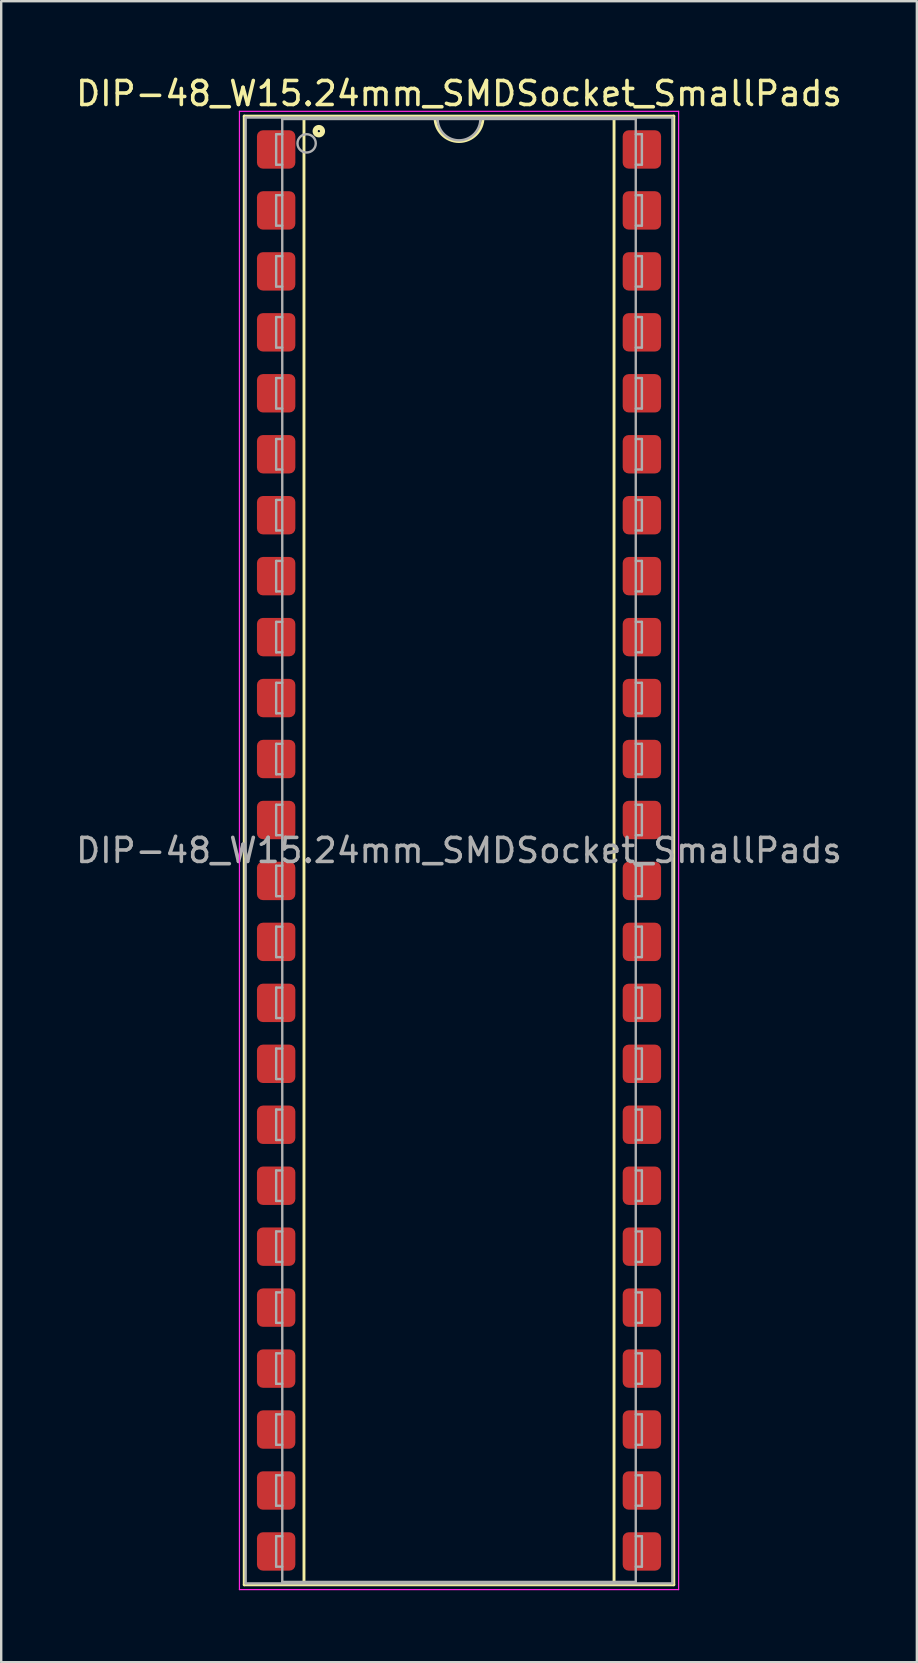
<source format=kicad_pcb>
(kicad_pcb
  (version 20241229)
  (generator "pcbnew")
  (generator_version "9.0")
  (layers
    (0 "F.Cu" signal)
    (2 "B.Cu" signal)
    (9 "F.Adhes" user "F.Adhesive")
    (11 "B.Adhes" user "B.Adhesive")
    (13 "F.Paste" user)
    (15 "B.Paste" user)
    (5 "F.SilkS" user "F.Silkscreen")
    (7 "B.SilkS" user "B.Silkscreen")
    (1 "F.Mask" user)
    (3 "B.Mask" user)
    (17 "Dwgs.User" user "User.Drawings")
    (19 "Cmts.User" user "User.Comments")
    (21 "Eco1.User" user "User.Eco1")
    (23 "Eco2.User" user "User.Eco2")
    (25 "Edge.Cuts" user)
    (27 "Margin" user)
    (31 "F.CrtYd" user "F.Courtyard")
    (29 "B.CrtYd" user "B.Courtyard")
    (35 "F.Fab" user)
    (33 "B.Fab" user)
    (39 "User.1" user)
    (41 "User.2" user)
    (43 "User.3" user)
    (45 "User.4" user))
  (footprint "DIP-48_W15.24mm_SMDSocket_SmallPads"
    (layer "F.Cu")
    (at 16.077 32.388)
    (property "Reference" "DIP-48_W15.24mm_SMDSocket_SmallPads" (at 0 -31.54 0) (layer "F.SilkS") (effects (font (size 1 1) (thickness 0.15))))
    (attr smd)
    (fp_line (start -8.95 -30.6) (end -8.95 30.6) (stroke (width 0.12) (type solid)) (layer "F.SilkS"))
    (fp_line (start -8.95 30.6) (end 8.95 30.6) (stroke (width 0.12) (type solid)) (layer "F.SilkS"))
    (fp_line (start -6.46 -30.54) (end -6.46 30.54) (stroke (width 0.12) (type solid)) (layer "F.SilkS"))
    (fp_line (start -6.46 30.54) (end 6.46 30.54) (stroke (width 0.12) (type solid)) (layer "F.SilkS"))
    (fp_line (start -1 -30.54) (end -6.46 -30.54) (stroke (width 0.12) (type solid)) (layer "F.SilkS"))
    (fp_line (start 6.46 -30.54) (end 1 -30.54) (stroke (width 0.12) (type solid)) (layer "F.SilkS"))
    (fp_line (start 6.46 30.54) (end 6.46 -30.54) (stroke (width 0.12) (type solid)) (layer "F.SilkS"))
    (fp_line (start 8.95 -30.6) (end -8.95 -30.6) (stroke (width 0.12) (type solid)) (layer "F.SilkS"))
    (fp_line (start 8.95 30.6) (end 8.95 -30.6) (stroke (width 0.12) (type solid)) (layer "F.SilkS"))
    (fp_arc (start 1 -30.54) (mid 0 -29.54) (end -1 -30.54) (stroke (width 0.12) (type solid)) (layer "F.SilkS"))
    (fp_circle (center -5.842 -29.972) (end -5.792 -29.972) (stroke (width 0.12) (type solid)) (fill no) (layer "F.SilkS"))
    (fp_circle (center -5.842 -29.972) (end -5.717 -29.972) (stroke (width 0.12) (type solid)) (fill no) (layer "F.SilkS"))
    (fp_circle (center -5.842 -29.972) (end -5.642 -29.972) (stroke (width 0.12) (type solid)) (fill no) (layer "F.SilkS"))
    (fp_line (start -9.15 -30.8) (end -9.15 30.8) (stroke (width 0.05) (type solid)) (layer "F.CrtYd"))
    (fp_line (start -9.15 30.8) (end 9.15 30.8) (stroke (width 0.05) (type solid)) (layer "F.CrtYd"))
    (fp_line (start 9.15 -30.8) (end -9.15 -30.8) (stroke (width 0.05) (type solid)) (layer "F.CrtYd"))
    (fp_line (start 9.15 30.8) (end 9.15 -30.8) (stroke (width 0.05) (type solid)) (layer "F.CrtYd"))
    (fp_line (start -8.89 -30.54) (end -8.89 30.54) (stroke (width 0.1) (type solid)) (layer "F.Fab"))
    (fp_line (start -8.89 30.54) (end 8.89 30.54) (stroke (width 0.1) (type solid)) (layer "F.Fab"))
    (fp_line (start -7.62 -29.845) (end -7.62 -28.575) (stroke (width 0.1) (type solid)) (layer "F.Fab"))
    (fp_line (start -7.62 -29.845) (end -7.366 -29.845) (stroke (width 0.1) (type solid)) (layer "F.Fab"))
    (fp_line (start -7.62 -28.575) (end -7.366 -28.575) (stroke (width 0.1) (type solid)) (layer "F.Fab"))
    (fp_line (start -7.62 -27.305) (end -7.62 -26.035) (stroke (width 0.1) (type solid)) (layer "F.Fab"))
    (fp_line (start -7.62 -27.305) (end -7.366 -27.305) (stroke (width 0.1) (type solid)) (layer "F.Fab"))
    (fp_line (start -7.62 -26.035) (end -7.366 -26.035) (stroke (width 0.1) (type solid)) (layer "F.Fab"))
    (fp_line (start -7.62 -24.765) (end -7.62 -23.495) (stroke (width 0.1) (type solid)) (layer "F.Fab"))
    (fp_line (start -7.62 -24.765) (end -7.366 -24.765) (stroke (width 0.1) (type solid)) (layer "F.Fab"))
    (fp_line (start -7.62 -23.495) (end -7.366 -23.495) (stroke (width 0.1) (type solid)) (layer "F.Fab"))
    (fp_line (start -7.62 -22.225) (end -7.62 -20.955) (stroke (width 0.1) (type solid)) (layer "F.Fab"))
    (fp_line (start -7.62 -22.225) (end -7.366 -22.225) (stroke (width 0.1) (type solid)) (layer "F.Fab"))
    (fp_line (start -7.62 -20.955) (end -7.366 -20.955) (stroke (width 0.1) (type solid)) (layer "F.Fab"))
    (fp_line (start -7.62 -19.685) (end -7.62 -18.415) (stroke (width 0.1) (type solid)) (layer "F.Fab"))
    (fp_line (start -7.62 -19.685) (end -7.366 -19.685) (stroke (width 0.1) (type solid)) (layer "F.Fab"))
    (fp_line (start -7.62 -18.415) (end -7.366 -18.415) (stroke (width 0.1) (type solid)) (layer "F.Fab"))
    (fp_line (start -7.62 -17.145) (end -7.62 -15.875) (stroke (width 0.1) (type solid)) (layer "F.Fab"))
    (fp_line (start -7.62 -17.145) (end -7.366 -17.145) (stroke (width 0.1) (type solid)) (layer "F.Fab"))
    (fp_line (start -7.62 -15.875) (end -7.366 -15.875) (stroke (width 0.1) (type solid)) (layer "F.Fab"))
    (fp_line (start -7.62 -14.605) (end -7.62 -13.335) (stroke (width 0.1) (type solid)) (layer "F.Fab"))
    (fp_line (start -7.62 -14.605) (end -7.366 -14.605) (stroke (width 0.1) (type solid)) (layer "F.Fab"))
    (fp_line (start -7.62 -13.335) (end -7.366 -13.335) (stroke (width 0.1) (type solid)) (layer "F.Fab"))
    (fp_line (start -7.62 -12.065) (end -7.62 -10.795) (stroke (width 0.1) (type solid)) (layer "F.Fab"))
    (fp_line (start -7.62 -12.065) (end -7.366 -12.065) (stroke (width 0.1) (type solid)) (layer "F.Fab"))
    (fp_line (start -7.62 -10.795) (end -7.366 -10.795) (stroke (width 0.1) (type solid)) (layer "F.Fab"))
    (fp_line (start -7.62 -9.525) (end -7.62 -8.255) (stroke (width 0.1) (type solid)) (layer "F.Fab"))
    (fp_line (start -7.62 -9.525) (end -7.366 -9.525) (stroke (width 0.1) (type solid)) (layer "F.Fab"))
    (fp_line (start -7.62 -8.255) (end -7.366 -8.255) (stroke (width 0.1) (type solid)) (layer "F.Fab"))
    (fp_line (start -7.62 -6.985) (end -7.62 -5.715) (stroke (width 0.1) (type solid)) (layer "F.Fab"))
    (fp_line (start -7.62 -6.985) (end -7.366 -6.985) (stroke (width 0.1) (type solid)) (layer "F.Fab"))
    (fp_line (start -7.62 -5.715) (end -7.366 -5.715) (stroke (width 0.1) (type solid)) (layer "F.Fab"))
    (fp_line (start -7.62 -4.445) (end -7.62 -3.175) (stroke (width 0.1) (type solid)) (layer "F.Fab"))
    (fp_line (start -7.62 -4.445) (end -7.366 -4.445) (stroke (width 0.1) (type solid)) (layer "F.Fab"))
    (fp_line (start -7.62 -3.175) (end -7.366 -3.175) (stroke (width 0.1) (type solid)) (layer "F.Fab"))
    (fp_line (start -7.62 -1.905) (end -7.62 -0.635) (stroke (width 0.1) (type solid)) (layer "F.Fab"))
    (fp_line (start -7.62 -1.905) (end -7.366 -1.905) (stroke (width 0.1) (type solid)) (layer "F.Fab"))
    (fp_line (start -7.62 -0.635) (end -7.366 -0.635) (stroke (width 0.1) (type solid)) (layer "F.Fab"))
    (fp_line (start -7.62 0.635) (end -7.62 1.905) (stroke (width 0.1) (type solid)) (layer "F.Fab"))
    (fp_line (start -7.62 0.635) (end -7.366 0.635) (stroke (width 0.1) (type solid)) (layer "F.Fab"))
    (fp_line (start -7.62 1.905) (end -7.366 1.905) (stroke (width 0.1) (type solid)) (layer "F.Fab"))
    (fp_line (start -7.62 3.175) (end -7.62 4.445) (stroke (width 0.1) (type solid)) (layer "F.Fab"))
    (fp_line (start -7.62 3.175) (end -7.366 3.175) (stroke (width 0.1) (type solid)) (layer "F.Fab"))
    (fp_line (start -7.62 4.445) (end -7.366 4.445) (stroke (width 0.1) (type solid)) (layer "F.Fab"))
    (fp_line (start -7.62 5.715) (end -7.62 6.985) (stroke (width 0.1) (type solid)) (layer "F.Fab"))
    (fp_line (start -7.62 5.715) (end -7.366 5.715) (stroke (width 0.1) (type solid)) (layer "F.Fab"))
    (fp_line (start -7.62 6.985) (end -7.366 6.985) (stroke (width 0.1) (type solid)) (layer "F.Fab"))
    (fp_line (start -7.62 8.255) (end -7.62 9.525) (stroke (width 0.1) (type solid)) (layer "F.Fab"))
    (fp_line (start -7.62 8.255) (end -7.366 8.255) (stroke (width 0.1) (type solid)) (layer "F.Fab"))
    (fp_line (start -7.62 9.525) (end -7.366 9.525) (stroke (width 0.1) (type solid)) (layer "F.Fab"))
    (fp_line (start -7.62 10.795) (end -7.62 12.065) (stroke (width 0.1) (type solid)) (layer "F.Fab"))
    (fp_line (start -7.62 10.795) (end -7.366 10.795) (stroke (width 0.1) (type solid)) (layer "F.Fab"))
    (fp_line (start -7.62 12.065) (end -7.366 12.065) (stroke (width 0.1) (type solid)) (layer "F.Fab"))
    (fp_line (start -7.62 13.335) (end -7.62 14.605) (stroke (width 0.1) (type solid)) (layer "F.Fab"))
    (fp_line (start -7.62 13.335) (end -7.366 13.335) (stroke (width 0.1) (type solid)) (layer "F.Fab"))
    (fp_line (start -7.62 14.605) (end -7.366 14.605) (stroke (width 0.1) (type solid)) (layer "F.Fab"))
    (fp_line (start -7.62 15.875) (end -7.62 17.145) (stroke (width 0.1) (type solid)) (layer "F.Fab"))
    (fp_line (start -7.62 15.875) (end -7.366 15.875) (stroke (width 0.1) (type solid)) (layer "F.Fab"))
    (fp_line (start -7.62 17.145) (end -7.366 17.145) (stroke (width 0.1) (type solid)) (layer "F.Fab"))
    (fp_line (start -7.62 18.415) (end -7.62 19.685) (stroke (width 0.1) (type solid)) (layer "F.Fab"))
    (fp_line (start -7.62 18.415) (end -7.366 18.415) (stroke (width 0.1) (type solid)) (layer "F.Fab"))
    (fp_line (start -7.62 19.685) (end -7.366 19.685) (stroke (width 0.1) (type solid)) (layer "F.Fab"))
    (fp_line (start -7.62 20.955) (end -7.62 22.225) (stroke (width 0.1) (type solid)) (layer "F.Fab"))
    (fp_line (start -7.62 20.955) (end -7.366 20.955) (stroke (width 0.1) (type solid)) (layer "F.Fab"))
    (fp_line (start -7.62 22.225) (end -7.366 22.225) (stroke (width 0.1) (type solid)) (layer "F.Fab"))
    (fp_line (start -7.62 23.495) (end -7.62 24.765) (stroke (width 0.1) (type solid)) (layer "F.Fab"))
    (fp_line (start -7.62 23.495) (end -7.366 23.495) (stroke (width 0.1) (type solid)) (layer "F.Fab"))
    (fp_line (start -7.62 24.765) (end -7.366 24.765) (stroke (width 0.1) (type solid)) (layer "F.Fab"))
    (fp_line (start -7.62 26.035) (end -7.62 27.305) (stroke (width 0.1) (type solid)) (layer "F.Fab"))
    (fp_line (start -7.62 26.035) (end -7.366 26.035) (stroke (width 0.1) (type solid)) (layer "F.Fab"))
    (fp_line (start -7.62 27.305) (end -7.366 27.305) (stroke (width 0.1) (type solid)) (layer "F.Fab"))
    (fp_line (start -7.62 28.575) (end -7.62 29.845) (stroke (width 0.1) (type solid)) (layer "F.Fab"))
    (fp_line (start -7.62 28.575) (end -7.366 28.575) (stroke (width 0.1) (type solid)) (layer "F.Fab"))
    (fp_line (start -7.62 29.845) (end -7.366 29.845) (stroke (width 0.1) (type solid)) (layer "F.Fab"))
    (fp_line (start -7.366 -30.48) (end 7.365 -30.48) (stroke (width 0.1) (type solid)) (layer "F.Fab"))
    (fp_line (start -7.365 30.48) (end -7.366 -30.48) (stroke (width 0.1) (type solid)) (layer "F.Fab"))
    (fp_line (start 7.365 -30.48) (end 7.365 30.48) (stroke (width 0.1) (type solid)) (layer "F.Fab"))
    (fp_line (start 7.365 30.48) (end -7.365 30.48) (stroke (width 0.1) (type solid)) (layer "F.Fab"))
    (fp_line (start 7.62 -29.845) (end 7.366 -29.845) (stroke (width 0.1) (type solid)) (layer "F.Fab"))
    (fp_line (start 7.62 -28.575) (end 7.366 -28.575) (stroke (width 0.1) (type solid)) (layer "F.Fab"))
    (fp_line (start 7.62 -28.575) (end 7.62 -29.845) (stroke (width 0.1) (type solid)) (layer "F.Fab"))
    (fp_line (start 7.62 -27.305) (end 7.366 -27.305) (stroke (width 0.1) (type solid)) (layer "F.Fab"))
    (fp_line (start 7.62 -26.035) (end 7.366 -26.035) (stroke (width 0.1) (type solid)) (layer "F.Fab"))
    (fp_line (start 7.62 -26.035) (end 7.62 -27.305) (stroke (width 0.1) (type solid)) (layer "F.Fab"))
    (fp_line (start 7.62 -24.765) (end 7.366 -24.765) (stroke (width 0.1) (type solid)) (layer "F.Fab"))
    (fp_line (start 7.62 -23.495) (end 7.366 -23.495) (stroke (width 0.1) (type solid)) (layer "F.Fab"))
    (fp_line (start 7.62 -23.495) (end 7.62 -24.765) (stroke (width 0.1) (type solid)) (layer "F.Fab"))
    (fp_line (start 7.62 -22.225) (end 7.366 -22.225) (stroke (width 0.1) (type solid)) (layer "F.Fab"))
    (fp_line (start 7.62 -20.955) (end 7.366 -20.955) (stroke (width 0.1) (type solid)) (layer "F.Fab"))
    (fp_line (start 7.62 -20.955) (end 7.62 -22.225) (stroke (width 0.1) (type solid)) (layer "F.Fab"))
    (fp_line (start 7.62 -19.685) (end 7.366 -19.685) (stroke (width 0.1) (type solid)) (layer "F.Fab"))
    (fp_line (start 7.62 -18.415) (end 7.366 -18.415) (stroke (width 0.1) (type solid)) (layer "F.Fab"))
    (fp_line (start 7.62 -18.415) (end 7.62 -19.685) (stroke (width 0.1) (type solid)) (layer "F.Fab"))
    (fp_line (start 7.62 -17.145) (end 7.366 -17.145) (stroke (width 0.1) (type solid)) (layer "F.Fab"))
    (fp_line (start 7.62 -15.875) (end 7.366 -15.875) (stroke (width 0.1) (type solid)) (layer "F.Fab"))
    (fp_line (start 7.62 -15.875) (end 7.62 -17.145) (stroke (width 0.1) (type solid)) (layer "F.Fab"))
    (fp_line (start 7.62 -14.605) (end 7.366 -14.605) (stroke (width 0.1) (type solid)) (layer "F.Fab"))
    (fp_line (start 7.62 -13.335) (end 7.366 -13.335) (stroke (width 0.1) (type solid)) (layer "F.Fab"))
    (fp_line (start 7.62 -13.335) (end 7.62 -14.605) (stroke (width 0.1) (type solid)) (layer "F.Fab"))
    (fp_line (start 7.62 -12.065) (end 7.366 -12.065) (stroke (width 0.1) (type solid)) (layer "F.Fab"))
    (fp_line (start 7.62 -10.795) (end 7.366 -10.795) (stroke (width 0.1) (type solid)) (layer "F.Fab"))
    (fp_line (start 7.62 -10.795) (end 7.62 -12.065) (stroke (width 0.1) (type solid)) (layer "F.Fab"))
    (fp_line (start 7.62 -9.525) (end 7.366 -9.525) (stroke (width 0.1) (type solid)) (layer "F.Fab"))
    (fp_line (start 7.62 -8.255) (end 7.366 -8.255) (stroke (width 0.1) (type solid)) (layer "F.Fab"))
    (fp_line (start 7.62 -8.255) (end 7.62 -9.525) (stroke (width 0.1) (type solid)) (layer "F.Fab"))
    (fp_line (start 7.62 -6.985) (end 7.366 -6.985) (stroke (width 0.1) (type solid)) (layer "F.Fab"))
    (fp_line (start 7.62 -5.715) (end 7.366 -5.715) (stroke (width 0.1) (type solid)) (layer "F.Fab"))
    (fp_line (start 7.62 -5.715) (end 7.62 -6.985) (stroke (width 0.1) (type solid)) (layer "F.Fab"))
    (fp_line (start 7.62 -4.445) (end 7.366 -4.445) (stroke (width 0.1) (type solid)) (layer "F.Fab"))
    (fp_line (start 7.62 -3.175) (end 7.366 -3.175) (stroke (width 0.1) (type solid)) (layer "F.Fab"))
    (fp_line (start 7.62 -3.175) (end 7.62 -4.445) (stroke (width 0.1) (type solid)) (layer "F.Fab"))
    (fp_line (start 7.62 -1.905) (end 7.366 -1.905) (stroke (width 0.1) (type solid)) (layer "F.Fab"))
    (fp_line (start 7.62 -0.635) (end 7.366 -0.635) (stroke (width 0.1) (type solid)) (layer "F.Fab"))
    (fp_line (start 7.62 -0.635) (end 7.62 -1.905) (stroke (width 0.1) (type solid)) (layer "F.Fab"))
    (fp_line (start 7.62 0.635) (end 7.366 0.635) (stroke (width 0.1) (type solid)) (layer "F.Fab"))
    (fp_line (start 7.62 1.905) (end 7.366 1.905) (stroke (width 0.1) (type solid)) (layer "F.Fab"))
    (fp_line (start 7.62 1.905) (end 7.62 0.635) (stroke (width 0.1) (type solid)) (layer "F.Fab"))
    (fp_line (start 7.62 3.175) (end 7.366 3.175) (stroke (width 0.1) (type solid)) (layer "F.Fab"))
    (fp_line (start 7.62 4.445) (end 7.366 4.445) (stroke (width 0.1) (type solid)) (layer "F.Fab"))
    (fp_line (start 7.62 4.445) (end 7.62 3.175) (stroke (width 0.1) (type solid)) (layer "F.Fab"))
    (fp_line (start 7.62 5.715) (end 7.366 5.715) (stroke (width 0.1) (type solid)) (layer "F.Fab"))
    (fp_line (start 7.62 6.985) (end 7.366 6.985) (stroke (width 0.1) (type solid)) (layer "F.Fab"))
    (fp_line (start 7.62 6.985) (end 7.62 5.715) (stroke (width 0.1) (type solid)) (layer "F.Fab"))
    (fp_line (start 7.62 8.255) (end 7.366 8.255) (stroke (width 0.1) (type solid)) (layer "F.Fab"))
    (fp_line (start 7.62 9.525) (end 7.366 9.525) (stroke (width 0.1) (type solid)) (layer "F.Fab"))
    (fp_line (start 7.62 9.525) (end 7.62 8.255) (stroke (width 0.1) (type solid)) (layer "F.Fab"))
    (fp_line (start 7.62 10.795) (end 7.366 10.795) (stroke (width 0.1) (type solid)) (layer "F.Fab"))
    (fp_line (start 7.62 12.065) (end 7.366 12.065) (stroke (width 0.1) (type solid)) (layer "F.Fab"))
    (fp_line (start 7.62 12.065) (end 7.62 10.795) (stroke (width 0.1) (type solid)) (layer "F.Fab"))
    (fp_line (start 7.62 13.335) (end 7.366 13.335) (stroke (width 0.1) (type solid)) (layer "F.Fab"))
    (fp_line (start 7.62 14.605) (end 7.366 14.605) (stroke (width 0.1) (type solid)) (layer "F.Fab"))
    (fp_line (start 7.62 14.605) (end 7.62 13.335) (stroke (width 0.1) (type solid)) (layer "F.Fab"))
    (fp_line (start 7.62 15.875) (end 7.366 15.875) (stroke (width 0.1) (type solid)) (layer "F.Fab"))
    (fp_line (start 7.62 17.145) (end 7.366 17.145) (stroke (width 0.1) (type solid)) (layer "F.Fab"))
    (fp_line (start 7.62 17.145) (end 7.62 15.875) (stroke (width 0.1) (type solid)) (layer "F.Fab"))
    (fp_line (start 7.62 18.415) (end 7.366 18.415) (stroke (width 0.1) (type solid)) (layer "F.Fab"))
    (fp_line (start 7.62 19.685) (end 7.366 19.685) (stroke (width 0.1) (type solid)) (layer "F.Fab"))
    (fp_line (start 7.62 19.685) (end 7.62 18.415) (stroke (width 0.1) (type solid)) (layer "F.Fab"))
    (fp_line (start 7.62 20.955) (end 7.366 20.955) (stroke (width 0.1) (type solid)) (layer "F.Fab"))
    (fp_line (start 7.62 22.225) (end 7.366 22.225) (stroke (width 0.1) (type solid)) (layer "F.Fab"))
    (fp_line (start 7.62 22.225) (end 7.62 20.955) (stroke (width 0.1) (type solid)) (layer "F.Fab"))
    (fp_line (start 7.62 23.495) (end 7.366 23.495) (stroke (width 0.1) (type solid)) (layer "F.Fab"))
    (fp_line (start 7.62 24.765) (end 7.366 24.765) (stroke (width 0.1) (type solid)) (layer "F.Fab"))
    (fp_line (start 7.62 24.765) (end 7.62 23.495) (stroke (width 0.1) (type solid)) (layer "F.Fab"))
    (fp_line (start 7.62 26.035) (end 7.366 26.035) (stroke (width 0.1) (type solid)) (layer "F.Fab"))
    (fp_line (start 7.62 27.305) (end 7.366 27.305) (stroke (width 0.1) (type solid)) (layer "F.Fab"))
    (fp_line (start 7.62 27.305) (end 7.62 26.035) (stroke (width 0.1) (type solid)) (layer "F.Fab"))
    (fp_line (start 7.62 28.575) (end 7.366 28.575) (stroke (width 0.1) (type solid)) (layer "F.Fab"))
    (fp_line (start 7.62 29.845) (end 7.366 29.845) (stroke (width 0.1) (type solid)) (layer "F.Fab"))
    (fp_line (start 7.62 29.845) (end 7.62 28.575) (stroke (width 0.1) (type solid)) (layer "F.Fab"))
    (fp_line (start 8.89 -30.54) (end -8.89 -30.54) (stroke (width 0.1) (type solid)) (layer "F.Fab"))
    (fp_line (start 8.89 30.54) (end 8.89 -30.54) (stroke (width 0.1) (type solid)) (layer "F.Fab"))
    (fp_arc (start 0.889 -30.48) (mid 0 -29.591) (end -0.889 -30.48) (stroke (width 0.1) (type solid)) (layer "F.Fab"))
    (fp_circle (center -6.35 -29.464) (end -5.969 -29.464) (stroke (width 0.1) (type solid)) (fill no) (layer "F.Fab"))
    (fp_text user "${REFERENCE}" (at 0 0 0) (layer "F.Fab") (effects (font (size 1 1) (thickness 0.15))))
    (pad "1" smd roundrect (at -7.62 -29.21) (size 1.6 1.6) (layers "F.Cu" "F.Mask" "F.Paste") (roundrect_rratio 0.156))
    (pad "2" smd roundrect (at -7.62 -26.67) (size 1.6 1.6) (layers "F.Cu" "F.Mask" "F.Paste") (roundrect_rratio 0.156))
    (pad "3" smd roundrect (at -7.62 -24.13) (size 1.6 1.6) (layers "F.Cu" "F.Mask" "F.Paste") (roundrect_rratio 0.156))
    (pad "4" smd roundrect (at -7.62 -21.59) (size 1.6 1.6) (layers "F.Cu" "F.Mask" "F.Paste") (roundrect_rratio 0.156))
    (pad "5" smd roundrect (at -7.62 -19.05) (size 1.6 1.6) (layers "F.Cu" "F.Mask" "F.Paste") (roundrect_rratio 0.156))
    (pad "6" smd roundrect (at -7.62 -16.51) (size 1.6 1.6) (layers "F.Cu" "F.Mask" "F.Paste") (roundrect_rratio 0.156))
    (pad "7" smd roundrect (at -7.62 -13.97) (size 1.6 1.6) (layers "F.Cu" "F.Mask" "F.Paste") (roundrect_rratio 0.156))
    (pad "8" smd roundrect (at -7.62 -11.43) (size 1.6 1.6) (layers "F.Cu" "F.Mask" "F.Paste") (roundrect_rratio 0.156))
    (pad "9" smd roundrect (at -7.62 -8.89) (size 1.6 1.6) (layers "F.Cu" "F.Mask" "F.Paste") (roundrect_rratio 0.156))
    (pad "10" smd roundrect (at -7.62 -6.35) (size 1.6 1.6) (layers "F.Cu" "F.Mask" "F.Paste") (roundrect_rratio 0.156))
    (pad "11" smd roundrect (at -7.62 -3.81) (size 1.6 1.6) (layers "F.Cu" "F.Mask" "F.Paste") (roundrect_rratio 0.156))
    (pad "12" smd roundrect (at -7.62 -1.27) (size 1.6 1.6) (layers "F.Cu" "F.Mask" "F.Paste") (roundrect_rratio 0.156))
    (pad "13" smd roundrect (at -7.62 1.27) (size 1.6 1.6) (layers "F.Cu" "F.Mask" "F.Paste") (roundrect_rratio 0.156))
    (pad "14" smd roundrect (at -7.62 3.81) (size 1.6 1.6) (layers "F.Cu" "F.Mask" "F.Paste") (roundrect_rratio 0.156))
    (pad "15" smd roundrect (at -7.62 6.35) (size 1.6 1.6) (layers "F.Cu" "F.Mask" "F.Paste") (roundrect_rratio 0.156))
    (pad "16" smd roundrect (at -7.62 8.89) (size 1.6 1.6) (layers "F.Cu" "F.Mask" "F.Paste") (roundrect_rratio 0.156))
    (pad "17" smd roundrect (at -7.62 11.43) (size 1.6 1.6) (layers "F.Cu" "F.Mask" "F.Paste") (roundrect_rratio 0.156))
    (pad "18" smd roundrect (at -7.62 13.97) (size 1.6 1.6) (layers "F.Cu" "F.Mask" "F.Paste") (roundrect_rratio 0.156))
    (pad "19" smd roundrect (at -7.62 16.51) (size 1.6 1.6) (layers "F.Cu" "F.Mask" "F.Paste") (roundrect_rratio 0.156))
    (pad "20" smd roundrect (at -7.62 19.05) (size 1.6 1.6) (layers "F.Cu" "F.Mask" "F.Paste") (roundrect_rratio 0.156))
    (pad "21" smd roundrect (at -7.62 21.59) (size 1.6 1.6) (layers "F.Cu" "F.Mask" "F.Paste") (roundrect_rratio 0.156))
    (pad "22" smd roundrect (at -7.62 24.13) (size 1.6 1.6) (layers "F.Cu" "F.Mask" "F.Paste") (roundrect_rratio 0.156))
    (pad "23" smd roundrect (at -7.62 26.67) (size 1.6 1.6) (layers "F.Cu" "F.Mask" "F.Paste") (roundrect_rratio 0.156))
    (pad "24" smd roundrect (at -7.62 29.21) (size 1.6 1.6) (layers "F.Cu" "F.Mask" "F.Paste") (roundrect_rratio 0.156))
    (pad "25" smd roundrect (at 7.62 29.21) (size 1.6 1.6) (layers "F.Cu" "F.Mask" "F.Paste") (roundrect_rratio 0.156))
    (pad "26" smd roundrect (at 7.62 26.67) (size 1.6 1.6) (layers "F.Cu" "F.Mask" "F.Paste") (roundrect_rratio 0.156))
    (pad "27" smd roundrect (at 7.62 24.13) (size 1.6 1.6) (layers "F.Cu" "F.Mask" "F.Paste") (roundrect_rratio 0.156))
    (pad "28" smd roundrect (at 7.62 21.59) (size 1.6 1.6) (layers "F.Cu" "F.Mask" "F.Paste") (roundrect_rratio 0.156))
    (pad "29" smd roundrect (at 7.62 19.05) (size 1.6 1.6) (layers "F.Cu" "F.Mask" "F.Paste") (roundrect_rratio 0.156))
    (pad "30" smd roundrect (at 7.62 16.51) (size 1.6 1.6) (layers "F.Cu" "F.Mask" "F.Paste") (roundrect_rratio 0.156))
    (pad "31" smd roundrect (at 7.62 13.97) (size 1.6 1.6) (layers "F.Cu" "F.Mask" "F.Paste") (roundrect_rratio 0.156))
    (pad "32" smd roundrect (at 7.62 11.43) (size 1.6 1.6) (layers "F.Cu" "F.Mask" "F.Paste") (roundrect_rratio 0.156))
    (pad "33" smd roundrect (at 7.62 8.89) (size 1.6 1.6) (layers "F.Cu" "F.Mask" "F.Paste") (roundrect_rratio 0.156))
    (pad "34" smd roundrect (at 7.62 6.35) (size 1.6 1.6) (layers "F.Cu" "F.Mask" "F.Paste") (roundrect_rratio 0.156))
    (pad "35" smd roundrect (at 7.62 3.81) (size 1.6 1.6) (layers "F.Cu" "F.Mask" "F.Paste") (roundrect_rratio 0.156))
    (pad "36" smd roundrect (at 7.62 1.27) (size 1.6 1.6) (layers "F.Cu" "F.Mask" "F.Paste") (roundrect_rratio 0.156))
    (pad "37" smd roundrect (at 7.62 -1.27) (size 1.6 1.6) (layers "F.Cu" "F.Mask" "F.Paste") (roundrect_rratio 0.156))
    (pad "38" smd roundrect (at 7.62 -3.81) (size 1.6 1.6) (layers "F.Cu" "F.Mask" "F.Paste") (roundrect_rratio 0.156))
    (pad "39" smd roundrect (at 7.62 -6.35) (size 1.6 1.6) (layers "F.Cu" "F.Mask" "F.Paste") (roundrect_rratio 0.156))
    (pad "40" smd roundrect (at 7.62 -8.89) (size 1.6 1.6) (layers "F.Cu" "F.Mask" "F.Paste") (roundrect_rratio 0.156))
    (pad "41" smd roundrect (at 7.62 -11.43) (size 1.6 1.6) (layers "F.Cu" "F.Mask" "F.Paste") (roundrect_rratio 0.156))
    (pad "42" smd roundrect (at 7.62 -13.97) (size 1.6 1.6) (layers "F.Cu" "F.Mask" "F.Paste") (roundrect_rratio 0.156))
    (pad "43" smd roundrect (at 7.62 -16.51) (size 1.6 1.6) (layers "F.Cu" "F.Mask" "F.Paste") (roundrect_rratio 0.156))
    (pad "44" smd roundrect (at 7.62 -19.05) (size 1.6 1.6) (layers "F.Cu" "F.Mask" "F.Paste") (roundrect_rratio 0.156))
    (pad "45" smd roundrect (at 7.62 -21.59) (size 1.6 1.6) (layers "F.Cu" "F.Mask" "F.Paste") (roundrect_rratio 0.156))
    (pad "46" smd roundrect (at 7.62 -24.13) (size 1.6 1.6) (layers "F.Cu" "F.Mask" "F.Paste") (roundrect_rratio 0.156))
    (pad "47" smd roundrect (at 7.62 -26.67) (size 1.6 1.6) (layers "F.Cu" "F.Mask" "F.Paste") (roundrect_rratio 0.156))
    (pad "48" smd roundrect (at 7.62 -29.21) (size 1.6 1.6) (layers "F.Cu" "F.Mask" "F.Paste") (roundrect_rratio 0.156)))
  (gr_rect
    (start -3 -3)
    (end 35.155 66.213)
    (stroke (width 0.1) (type default))
    (fill no)
    (layer "Edge.Cuts")))
</source>
